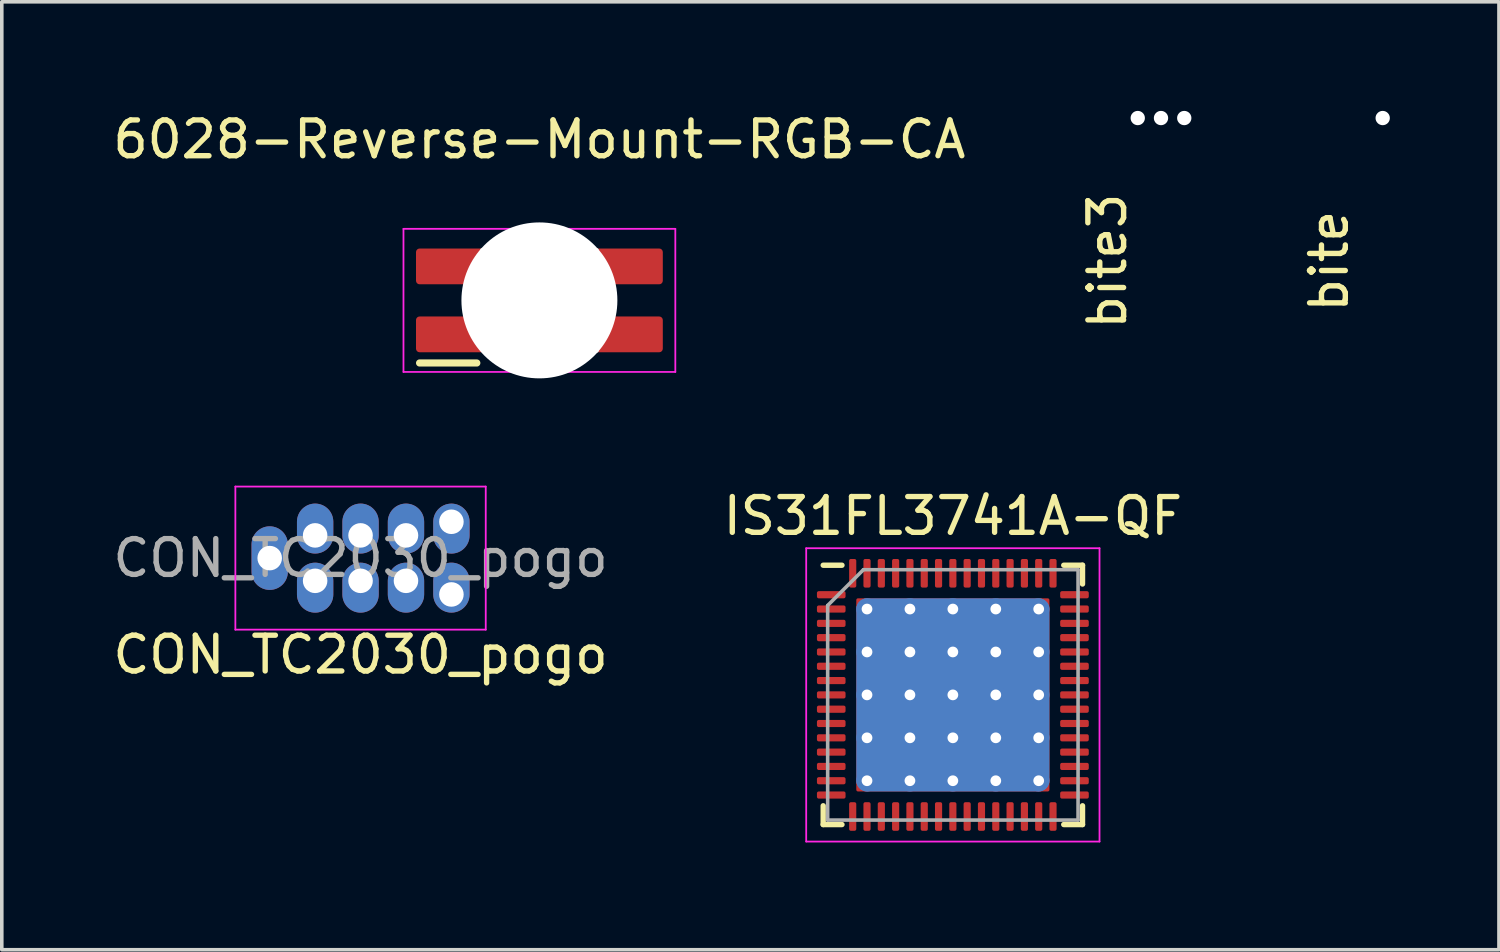
<source format=kicad_pcb>
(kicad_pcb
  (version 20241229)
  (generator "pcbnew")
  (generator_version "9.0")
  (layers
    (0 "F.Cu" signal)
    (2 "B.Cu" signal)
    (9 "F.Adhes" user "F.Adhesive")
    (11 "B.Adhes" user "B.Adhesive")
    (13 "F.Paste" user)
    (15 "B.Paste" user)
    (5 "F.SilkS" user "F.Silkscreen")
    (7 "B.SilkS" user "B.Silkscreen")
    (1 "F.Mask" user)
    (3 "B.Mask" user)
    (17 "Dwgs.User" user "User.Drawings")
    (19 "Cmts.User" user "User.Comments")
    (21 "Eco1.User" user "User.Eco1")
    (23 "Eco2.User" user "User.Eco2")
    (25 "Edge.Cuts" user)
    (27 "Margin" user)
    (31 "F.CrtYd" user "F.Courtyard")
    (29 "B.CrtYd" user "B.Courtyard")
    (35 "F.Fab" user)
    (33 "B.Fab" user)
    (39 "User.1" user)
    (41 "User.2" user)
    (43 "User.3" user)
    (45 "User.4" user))
  (footprint "bite3"
    (layer "F.Cu")
    (at 29.408 0.25)
    (property "Reference" "bite3" (at -1.5 4 90) (layer "F.SilkS") (effects (font (size 1 1) (thickness 0.15))))
    (attr through_hole)
    (pad "" np_thru_hole circle (at -0.65 0) (size 0.4 0.4) (drill 0.4) (layers "*.Cu" "*.Mask"))
    (pad "" np_thru_hole circle (at 0 0) (size 0.4 0.4) (drill 0.4) (layers "*.Cu" "*.Mask"))
    (pad "" np_thru_hole circle (at 0.65 0) (size 0.4 0.4) (drill 0.4) (layers "*.Cu" "*.Mask")))
  (footprint "CON_TC2030_pogo"
    (layer "F.Cu")
    (at 7.03 12.553)
    (property "Reference" "CON_TC2030_pogo" (at 0 2.7 0) (layer "F.SilkS") (effects (font (size 1 1) (thickness 0.15))))
    (attr exclude_from_pos_files)
    (fp_line (start -3.5 -2) (end 3.5 -2) (stroke (width 0.05) (type solid)) (layer "F.CrtYd"))
    (fp_line (start -3.5 2) (end -3.5 -2) (stroke (width 0.05) (type solid)) (layer "F.CrtYd"))
    (fp_line (start 3.5 -2) (end 3.5 2) (stroke (width 0.05) (type solid)) (layer "F.CrtYd"))
    (fp_line (start 3.5 2) (end -3.5 2) (stroke (width 0.05) (type solid)) (layer "F.CrtYd"))
    (fp_text user "${REFERENCE}" (at 0 0 0) (layer "F.Fab") (effects (font (size 1 1) (thickness 0.15))))
    (pad "" thru_hole oval (at -2.54 0) (size 1.016 1.778) (drill 0.686) (layers "*.Cu" "*.Mask"))
    (pad "" thru_hole oval (at 2.54 -1.016) (size 1.016 1.397) (drill 0.686 (offset 0 0.191)) (layers "*.Cu" "*.Mask"))
    (pad "" thru_hole oval (at 2.54 1.016) (size 1.016 1.397) (drill 0.686 (offset 0 -0.191)) (layers "*.Cu" "*.Mask"))
    (pad "1" thru_hole oval (at -1.27 0.635) (size 1.016 1.397) (drill 0.686 (offset 0 0.191)) (layers "*.Cu" "*.Mask"))
    (pad "2" thru_hole oval (at -1.27 -0.635) (size 1.016 1.397) (drill 0.686 (offset 0 -0.191)) (layers "*.Cu" "*.Mask"))
    (pad "3" thru_hole oval (at 0 0.635) (size 1.016 1.397) (drill 0.686 (offset 0 0.191)) (layers "*.Cu" "*.Mask"))
    (pad "4" thru_hole oval (at 0 -0.635) (size 1.016 1.397) (drill 0.686 (offset 0 -0.191)) (layers "*.Cu" "*.Mask"))
    (pad "5" thru_hole oval (at 1.27 0.635) (size 1.016 1.397) (drill 0.686 (offset 0 0.191)) (layers "*.Cu" "*.Mask"))
    (pad "6" thru_hole oval (at 1.27 -0.635) (size 1.016 1.397) (drill 0.686 (offset 0 -0.191)) (layers "*.Cu" "*.Mask")))
  (footprint "IS31FL3741A-QF"
    (layer "F.Cu")
    (at 23.589 16.377)
    (property "Reference" "IS31FL3741A-QF" (at 0 -5 0) (layer "F.SilkS") (effects (font (size 1 1) (thickness 0.15))))
    (attr smd)
    (fp_line (start -3.625 3.625) (end -3.625 3.1) (stroke (width 0.15) (type solid)) (layer "F.SilkS"))
    (fp_line (start -3.1 -3.625) (end -3.625 -3.625) (stroke (width 0.15) (type solid)) (layer "F.SilkS"))
    (fp_line (start -3.1 3.625) (end -3.625 3.625) (stroke (width 0.15) (type solid)) (layer "F.SilkS"))
    (fp_line (start 3.1 -3.625) (end 3.625 -3.625) (stroke (width 0.15) (type solid)) (layer "F.SilkS"))
    (fp_line (start 3.1 3.625) (end 3.625 3.625) (stroke (width 0.15) (type solid)) (layer "F.SilkS"))
    (fp_line (start 3.625 -3.625) (end 3.625 -3.1) (stroke (width 0.15) (type solid)) (layer "F.SilkS"))
    (fp_line (start 3.625 3.625) (end 3.625 3.1) (stroke (width 0.15) (type solid)) (layer "F.SilkS"))
    (fp_line (start -4.1 -4.1) (end -4.1 4.1) (stroke (width 0.05) (type solid)) (layer "F.CrtYd"))
    (fp_line (start -4.1 4.1) (end 4.1 4.1) (stroke (width 0.05) (type solid)) (layer "F.CrtYd"))
    (fp_line (start 4.1 -4.1) (end -4.1 -4.1) (stroke (width 0.05) (type solid)) (layer "F.CrtYd"))
    (fp_line (start 4.1 4.1) (end 4.1 -4.1) (stroke (width 0.05) (type solid)) (layer "F.CrtYd"))
    (fp_line (start -3.5 -2.5) (end -2.5 -3.5) (stroke (width 0.1) (type solid)) (layer "F.Fab"))
    (fp_line (start -3.5 3.5) (end -3.5 -2.5) (stroke (width 0.1) (type solid)) (layer "F.Fab"))
    (fp_line (start -2.5 -3.5) (end 3.5 -3.5) (stroke (width 0.1) (type solid)) (layer "F.Fab"))
    (fp_line (start 3.5 -3.5) (end 3.5 3.5) (stroke (width 0.1) (type solid)) (layer "F.Fab"))
    (fp_line (start 3.5 3.5) (end -3.5 3.5) (stroke (width 0.1) (type solid)) (layer "F.Fab"))
    (pad "" smd roundrect (at -1.8 -1.8) (size 1 1) (layers "F.Paste") (roundrect_rratio 0.2))
    (pad "" smd roundrect (at -1.8 -0.6) (size 1 1) (layers "F.Paste") (roundrect_rratio 0.2))
    (pad "" smd roundrect (at -1.8 0.6) (size 1 1) (layers "F.Paste") (roundrect_rratio 0.2))
    (pad "" smd roundrect (at -1.8 1.8) (size 1 1) (layers "F.Paste") (roundrect_rratio 0.2))
    (pad "" smd roundrect (at -0.6 -1.8) (size 1 1) (layers "F.Paste") (roundrect_rratio 0.2))
    (pad "" smd roundrect (at -0.6 -0.6) (size 1 1) (layers "F.Paste") (roundrect_rratio 0.2))
    (pad "" smd roundrect (at -0.6 0.6) (size 1 1) (layers "F.Paste") (roundrect_rratio 0.2))
    (pad "" smd roundrect (at -0.6 1.8) (size 1 1) (layers "F.Paste") (roundrect_rratio 0.2))
    (pad "" smd roundrect (at 0.6 -1.8) (size 1 1) (layers "F.Paste") (roundrect_rratio 0.2))
    (pad "" smd roundrect (at 0.6 -0.6) (size 1 1) (layers "F.Paste") (roundrect_rratio 0.2))
    (pad "" smd roundrect (at 0.6 0.6) (size 1 1) (layers "F.Paste") (roundrect_rratio 0.2))
    (pad "" smd roundrect (at 0.6 1.8) (size 1 1) (layers "F.Paste") (roundrect_rratio 0.2))
    (pad "" smd roundrect (at 1.8 -1.8) (size 1 1) (layers "F.Paste") (roundrect_rratio 0.2))
    (pad "" smd roundrect (at 1.8 -0.6) (size 1 1) (layers "F.Paste") (roundrect_rratio 0.2))
    (pad "" smd roundrect (at 1.8 0.6) (size 1 1) (layers "F.Paste") (roundrect_rratio 0.2))
    (pad "" smd roundrect (at 1.8 1.8) (size 1 1) (layers "F.Paste") (roundrect_rratio 0.2))
    (pad "1" smd roundrect (at -3.4 -2.8) (size 0.8 0.2) (layers "F.Cu" "F.Mask" "F.Paste") (roundrect_rratio 0.25))
    (pad "2" smd roundrect (at -3.4 -2.4) (size 0.8 0.2) (layers "F.Cu" "F.Mask" "F.Paste") (roundrect_rratio 0.25))
    (pad "3" smd roundrect (at -3.4 -2) (size 0.8 0.2) (layers "F.Cu" "F.Mask" "F.Paste") (roundrect_rratio 0.25))
    (pad "4" smd roundrect (at -3.4 -1.6) (size 0.8 0.2) (layers "F.Cu" "F.Mask" "F.Paste") (roundrect_rratio 0.25))
    (pad "5" smd roundrect (at -3.4 -1.2) (size 0.8 0.2) (layers "F.Cu" "F.Mask" "F.Paste") (roundrect_rratio 0.25))
    (pad "6" smd roundrect (at -3.4 -0.8) (size 0.8 0.2) (layers "F.Cu" "F.Mask" "F.Paste") (roundrect_rratio 0.25))
    (pad "7" smd roundrect (at -3.4 -0.4) (size 0.8 0.2) (layers "F.Cu" "F.Mask" "F.Paste") (roundrect_rratio 0.25))
    (pad "8" smd roundrect (at -3.4 0) (size 0.8 0.2) (layers "F.Cu" "F.Mask" "F.Paste") (roundrect_rratio 0.25))
    (pad "9" smd roundrect (at -3.4 0.4) (size 0.8 0.2) (layers "F.Cu" "F.Mask" "F.Paste") (roundrect_rratio 0.25))
    (pad "10" smd roundrect (at -3.4 0.8) (size 0.8 0.2) (layers "F.Cu" "F.Mask" "F.Paste") (roundrect_rratio 0.25))
    (pad "11" smd roundrect (at -3.4 1.2) (size 0.8 0.2) (layers "F.Cu" "F.Mask" "F.Paste") (roundrect_rratio 0.25))
    (pad "12" smd roundrect (at -3.4 1.6) (size 0.8 0.2) (layers "F.Cu" "F.Mask" "F.Paste") (roundrect_rratio 0.25))
    (pad "13" smd roundrect (at -3.4 2) (size 0.8 0.2) (layers "F.Cu" "F.Mask" "F.Paste") (roundrect_rratio 0.25))
    (pad "14" smd roundrect (at -3.4 2.4) (size 0.8 0.2) (layers "F.Cu" "F.Mask" "F.Paste") (roundrect_rratio 0.25))
    (pad "15" smd roundrect (at -3.4 2.8) (size 0.8 0.2) (layers "F.Cu" "F.Mask" "F.Paste") (roundrect_rratio 0.25))
    (pad "16" smd roundrect (at -2.8 3.4 90) (size 0.8 0.2) (layers "F.Cu" "F.Mask" "F.Paste") (roundrect_rratio 0.25))
    (pad "17" smd roundrect (at -2.4 3.4 90) (size 0.8 0.2) (layers "F.Cu" "F.Mask" "F.Paste") (roundrect_rratio 0.25))
    (pad "18" smd roundrect (at -2 3.4 90) (size 0.8 0.2) (layers "F.Cu" "F.Mask" "F.Paste") (roundrect_rratio 0.25))
    (pad "19" smd roundrect (at -1.6 3.4 90) (size 0.8 0.2) (layers "F.Cu" "F.Mask" "F.Paste") (roundrect_rratio 0.25))
    (pad "20" smd roundrect (at -1.2 3.4 90) (size 0.8 0.2) (layers "F.Cu" "F.Mask" "F.Paste") (roundrect_rratio 0.25))
    (pad "21" smd roundrect (at -0.8 3.4 90) (size 0.8 0.2) (layers "F.Cu" "F.Mask" "F.Paste") (roundrect_rratio 0.25))
    (pad "22" smd roundrect (at -0.4 3.4 90) (size 0.8 0.2) (layers "F.Cu" "F.Mask" "F.Paste") (roundrect_rratio 0.25))
    (pad "23" smd roundrect (at 0 3.4 90) (size 0.8 0.2) (layers "F.Cu" "F.Mask" "F.Paste") (roundrect_rratio 0.25))
    (pad "24" smd roundrect (at 0.4 3.4 90) (size 0.8 0.2) (layers "F.Cu" "F.Mask" "F.Paste") (roundrect_rratio 0.25))
    (pad "25" smd roundrect (at 0.8 3.4 90) (size 0.8 0.2) (layers "F.Cu" "F.Mask" "F.Paste") (roundrect_rratio 0.25))
    (pad "26" smd roundrect (at 1.2 3.4 90) (size 0.8 0.2) (layers "F.Cu" "F.Mask" "F.Paste") (roundrect_rratio 0.25))
    (pad "27" smd roundrect (at 1.6 3.4 90) (size 0.8 0.2) (layers "F.Cu" "F.Mask" "F.Paste") (roundrect_rratio 0.25))
    (pad "28" smd roundrect (at 2 3.4 90) (size 0.8 0.2) (layers "F.Cu" "F.Mask" "F.Paste") (roundrect_rratio 0.25))
    (pad "29" smd roundrect (at 2.4 3.4 90) (size 0.8 0.2) (layers "F.Cu" "F.Mask" "F.Paste") (roundrect_rratio 0.25))
    (pad "30" smd roundrect (at 2.8 3.4 90) (size 0.8 0.2) (layers "F.Cu" "F.Mask" "F.Paste") (roundrect_rratio 0.25))
    (pad "31" smd roundrect (at 3.4 2.8) (size 0.8 0.2) (layers "F.Cu" "F.Mask" "F.Paste") (roundrect_rratio 0.25))
    (pad "32" smd roundrect (at 3.4 2.4) (size 0.8 0.2) (layers "F.Cu" "F.Mask" "F.Paste") (roundrect_rratio 0.25))
    (pad "33" smd roundrect (at 3.4 2) (size 0.8 0.2) (layers "F.Cu" "F.Mask" "F.Paste") (roundrect_rratio 0.25))
    (pad "34" smd roundrect (at 3.4 1.6) (size 0.8 0.2) (layers "F.Cu" "F.Mask" "F.Paste") (roundrect_rratio 0.25))
    (pad "35" smd roundrect (at 3.4 1.2) (size 0.8 0.2) (layers "F.Cu" "F.Mask" "F.Paste") (roundrect_rratio 0.25))
    (pad "36" smd roundrect (at 3.4 0.8) (size 0.8 0.2) (layers "F.Cu" "F.Mask" "F.Paste") (roundrect_rratio 0.25))
    (pad "37" smd roundrect (at 3.4 0.4) (size 0.8 0.2) (layers "F.Cu" "F.Mask" "F.Paste") (roundrect_rratio 0.25))
    (pad "38" smd roundrect (at 3.4 0) (size 0.8 0.2) (layers "F.Cu" "F.Mask" "F.Paste") (roundrect_rratio 0.25))
    (pad "39" smd roundrect (at 3.4 -0.4) (size 0.8 0.2) (layers "F.Cu" "F.Mask" "F.Paste") (roundrect_rratio 0.25))
    (pad "40" smd roundrect (at 3.4 -0.8) (size 0.8 0.2) (layers "F.Cu" "F.Mask" "F.Paste") (roundrect_rratio 0.25))
    (pad "41" smd roundrect (at 3.4 -1.2) (size 0.8 0.2) (layers "F.Cu" "F.Mask" "F.Paste") (roundrect_rratio 0.25))
    (pad "42" smd roundrect (at 3.4 -1.6) (size 0.8 0.2) (layers "F.Cu" "F.Mask" "F.Paste") (roundrect_rratio 0.25))
    (pad "43" smd roundrect (at 3.4 -2) (size 0.8 0.2) (layers "F.Cu" "F.Mask" "F.Paste") (roundrect_rratio 0.25))
    (pad "44" smd roundrect (at 3.4 -2.4) (size 0.8 0.2) (layers "F.Cu" "F.Mask" "F.Paste") (roundrect_rratio 0.25))
    (pad "45" smd roundrect (at 3.4 -2.8) (size 0.8 0.2) (layers "F.Cu" "F.Mask" "F.Paste") (roundrect_rratio 0.25))
    (pad "46" smd roundrect (at 2.8 -3.4 90) (size 0.8 0.2) (layers "F.Cu" "F.Mask" "F.Paste") (roundrect_rratio 0.25))
    (pad "47" smd roundrect (at 2.4 -3.4 90) (size 0.8 0.2) (layers "F.Cu" "F.Mask" "F.Paste") (roundrect_rratio 0.25))
    (pad "48" smd roundrect (at 2 -3.4 90) (size 0.8 0.2) (layers "F.Cu" "F.Mask" "F.Paste") (roundrect_rratio 0.25))
    (pad "49" smd roundrect (at 1.6 -3.4 90) (size 0.8 0.2) (layers "F.Cu" "F.Mask" "F.Paste") (roundrect_rratio 0.25))
    (pad "50" smd roundrect (at 1.2 -3.4 90) (size 0.8 0.2) (layers "F.Cu" "F.Mask" "F.Paste") (roundrect_rratio 0.25))
    (pad "51" smd roundrect (at 0.8 -3.4 90) (size 0.8 0.2) (layers "F.Cu" "F.Mask" "F.Paste") (roundrect_rratio 0.25))
    (pad "52" smd roundrect (at 0.4 -3.4 90) (size 0.8 0.2) (layers "F.Cu" "F.Mask" "F.Paste") (roundrect_rratio 0.25))
    (pad "53" smd roundrect (at 0 -3.4 90) (size 0.8 0.2) (layers "F.Cu" "F.Mask" "F.Paste") (roundrect_rratio 0.25))
    (pad "54" smd roundrect (at -0.4 -3.4 90) (size 0.8 0.2) (layers "F.Cu" "F.Mask" "F.Paste") (roundrect_rratio 0.25))
    (pad "55" smd roundrect (at -0.8 -3.4 90) (size 0.8 0.2) (layers "F.Cu" "F.Mask" "F.Paste") (roundrect_rratio 0.25))
    (pad "56" smd roundrect (at -1.2 -3.4 90) (size 0.8 0.2) (layers "F.Cu" "F.Mask" "F.Paste") (roundrect_rratio 0.25))
    (pad "57" smd roundrect (at -1.6 -3.4 90) (size 0.8 0.2) (layers "F.Cu" "F.Mask" "F.Paste") (roundrect_rratio 0.25))
    (pad "58" smd roundrect (at -2 -3.4 90) (size 0.8 0.2) (layers "F.Cu" "F.Mask" "F.Paste") (roundrect_rratio 0.25))
    (pad "59" smd roundrect (at -2.4 -3.4 90) (size 0.8 0.2) (layers "F.Cu" "F.Mask" "F.Paste") (roundrect_rratio 0.25))
    (pad "60" smd roundrect (at -2.8 -3.4 90) (size 0.8 0.2) (layers "F.Cu" "F.Mask" "F.Paste") (roundrect_rratio 0.25))
    (pad "61" thru_hole circle (at -2.4 -2.4) (size 0.6 0.6) (drill 0.3) (layers "*.Cu"))
    (pad "61" thru_hole circle (at -2.4 -1.2) (size 0.6 0.6) (drill 0.3) (layers "*.Cu"))
    (pad "61" thru_hole circle (at -2.4 0) (size 0.6 0.6) (drill 0.3) (layers "*.Cu"))
    (pad "61" thru_hole circle (at -2.4 1.2) (size 0.6 0.6) (drill 0.3) (layers "*.Cu"))
    (pad "61" thru_hole circle (at -2.4 2.4) (size 0.6 0.6) (drill 0.3) (layers "*.Cu"))
    (pad "61" thru_hole circle (at -1.2 -2.4) (size 0.6 0.6) (drill 0.3) (layers "*.Cu"))
    (pad "61" thru_hole circle (at -1.2 -1.2) (size 0.6 0.6) (drill 0.3) (layers "*.Cu"))
    (pad "61" thru_hole circle (at -1.2 0) (size 0.6 0.6) (drill 0.3) (layers "*.Cu"))
    (pad "61" thru_hole circle (at -1.2 1.2) (size 0.6 0.6) (drill 0.3) (layers "*.Cu"))
    (pad "61" thru_hole circle (at -1.2 2.4) (size 0.6 0.6) (drill 0.3) (layers "*.Cu"))
    (pad "61" thru_hole circle (at 0 -2.4) (size 0.6 0.6) (drill 0.3) (layers "*.Cu"))
    (pad "61" thru_hole circle (at 0 -1.2) (size 0.6 0.6) (drill 0.3) (layers "*.Cu"))
    (pad "61" thru_hole circle (at 0 0) (size 0.6 0.6) (drill 0.3) (layers "*.Cu"))
    (pad "61" smd roundrect (at 0 0) (size 5.4 5.4) (layers "F.Cu" "F.Mask") (roundrect_rratio 0.009))
    (pad "61" smd roundrect (at 0 0) (size 5.4 5.4) (layers "B.Cu") (roundrect_rratio 0.056))
    (pad "61" thru_hole circle (at 0 1.2) (size 0.6 0.6) (drill 0.3) (layers "*.Cu"))
    (pad "61" thru_hole circle (at 0 2.4) (size 0.6 0.6) (drill 0.3) (layers "*.Cu"))
    (pad "61" thru_hole circle (at 1.2 -2.4) (size 0.6 0.6) (drill 0.3) (layers "*.Cu"))
    (pad "61" thru_hole circle (at 1.2 -1.2) (size 0.6 0.6) (drill 0.3) (layers "*.Cu"))
    (pad "61" thru_hole circle (at 1.2 0) (size 0.6 0.6) (drill 0.3) (layers "*.Cu"))
    (pad "61" thru_hole circle (at 1.2 1.2) (size 0.6 0.6) (drill 0.3) (layers "*.Cu"))
    (pad "61" thru_hole circle (at 1.2 2.4) (size 0.6 0.6) (drill 0.3) (layers "*.Cu"))
    (pad "61" thru_hole circle (at 2.4 -2.4) (size 0.6 0.6) (drill 0.3) (layers "*.Cu"))
    (pad "61" thru_hole circle (at 2.4 -1.2) (size 0.6 0.6) (drill 0.3) (layers "*.Cu"))
    (pad "61" thru_hole circle (at 2.4 0) (size 0.6 0.6) (drill 0.3) (layers "*.Cu"))
    (pad "61" thru_hole circle (at 2.4 1.2) (size 0.6 0.6) (drill 0.3) (layers "*.Cu"))
    (pad "61" thru_hole circle (at 2.4 2.4) (size 0.6 0.6) (drill 0.3) (layers "*.Cu")))
  (footprint "6028-Reverse-Mount-RGB-CA"
    (layer "F.Cu")
    (at 12.03 5.348)
    (property "Reference" "6028-Reverse-Mount-RGB-CA" (at 0 -4.5 0) (layer "F.SilkS") (effects (font (size 1 1) (thickness 0.15))))
    (attr smd)
    (fp_line (start -3.35 1.75) (end -1.75 1.75) (stroke (width 0.2) (type solid)) (layer "F.SilkS"))
    (fp_line (start -1.6 -1.4) (end 1.6 -1.4) (stroke (width 0.12) (type solid)) (layer "Dwgs.User"))
    (fp_line (start -1.6 0.9) (end -1.6 -1.4) (stroke (width 0.12) (type solid)) (layer "Dwgs.User"))
    (fp_line (start -1.6 0.9) (end -1.1 1.4) (stroke (width 0.12) (type solid)) (layer "Dwgs.User"))
    (fp_line (start 1.6 -1.4) (end 1.6 1.4) (stroke (width 0.12) (type solid)) (layer "Dwgs.User"))
    (fp_line (start 1.6 1.4) (end -1.1 1.4) (stroke (width 0.12) (type solid)) (layer "Dwgs.User"))
    (fp_line (start -3.8 -2) (end 3.8 -2) (stroke (width 0.05) (type solid)) (layer "F.CrtYd"))
    (fp_line (start -3.8 2) (end -3.8 -2) (stroke (width 0.05) (type solid)) (layer "F.CrtYd"))
    (fp_line (start 3.8 -2) (end 3.8 2) (stroke (width 0.05) (type solid)) (layer "F.CrtYd"))
    (fp_line (start 3.8 2) (end -3.8 2) (stroke (width 0.05) (type solid)) (layer "F.CrtYd"))
    (pad "" np_thru_hole circle (at 0 0) (size 4.36 4.36) (drill 4.36) (layers "*.Cu" "*.Mask"))
    (pad "1" smd roundrect (at 2.5 -0.95) (size 1.9 1) (layers "F.Cu" "F.Mask" "F.Paste") (roundrect_rratio 0.1))
    (pad "2" smd roundrect (at 2.5 0.95) (size 1.9 1) (layers "F.Cu" "F.Mask" "F.Paste") (roundrect_rratio 0.1))
    (pad "3" smd roundrect (at -2.5 -0.95) (size 1.9 1) (layers "F.Cu" "F.Mask" "F.Paste") (roundrect_rratio 0.1))
    (pad "4" smd roundrect (at -2.5 0.95) (size 1.9 1) (layers "F.Cu" "F.Mask" "F.Paste") (roundrect_rratio 0.1)))
  (footprint "bite"
    (layer "F.Cu")
    (at 35.606 0.25)
    (property "Reference" "bite" (at -1.5 4 90) (layer "F.SilkS") (effects (font (size 1 1) (thickness 0.15))))
    (attr through_hole)
    (pad "" np_thru_hole circle (at 0 0) (size 0.4 0.4) (drill 0.4) (layers "*.Cu" "*.Mask")))
  (gr_rect
    (start -3 -3)
    (end 38.856 23.502)
    (stroke (width 0.1) (type default))
    (fill no)
    (layer "Edge.Cuts")))
</source>
